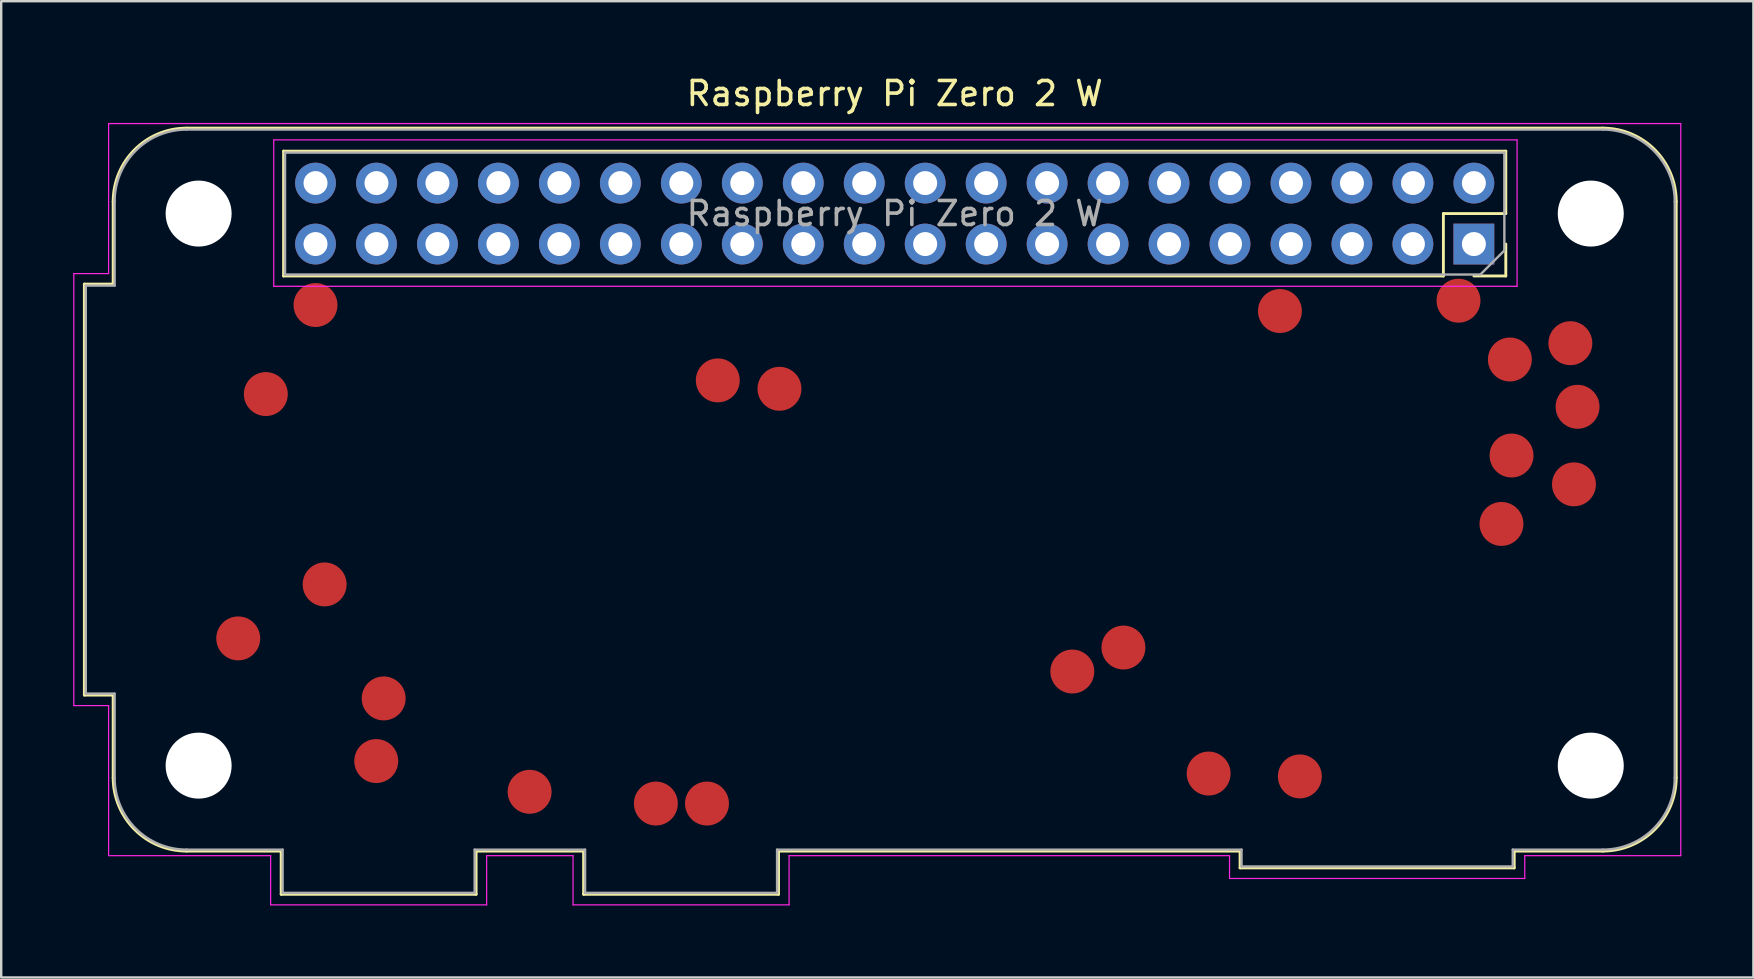
<source format=kicad_pcb>
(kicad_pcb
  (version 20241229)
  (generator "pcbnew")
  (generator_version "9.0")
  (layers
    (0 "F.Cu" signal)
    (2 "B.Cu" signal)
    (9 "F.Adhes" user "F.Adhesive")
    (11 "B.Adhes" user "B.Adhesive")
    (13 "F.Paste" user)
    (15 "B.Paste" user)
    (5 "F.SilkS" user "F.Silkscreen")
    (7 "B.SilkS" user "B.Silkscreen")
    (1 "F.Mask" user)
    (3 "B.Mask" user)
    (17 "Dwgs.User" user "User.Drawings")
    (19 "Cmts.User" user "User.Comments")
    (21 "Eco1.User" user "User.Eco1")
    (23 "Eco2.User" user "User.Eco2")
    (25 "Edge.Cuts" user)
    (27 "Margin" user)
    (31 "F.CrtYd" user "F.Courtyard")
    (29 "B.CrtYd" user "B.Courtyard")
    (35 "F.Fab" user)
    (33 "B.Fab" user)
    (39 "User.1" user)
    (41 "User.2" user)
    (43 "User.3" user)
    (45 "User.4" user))
  (footprint "Raspberry Pi Zero 2 W"
    (layer "F.Cu")
    (at 1.725 32.348)
    (property "Reference" "Raspberry Pi Zero 2 W" (at 32.5 -31.5 0) (layer "F.SilkS") (effects (font (size 1 1) (thickness 0.15))))
    (attr through_hole)
    (fp_line (start -1.26 -23.56) (end -1.26 -6.44) (stroke (width 0.12) (type solid)) (layer "F.SilkS"))
    (fp_line (start -1.26 -6.44) (end -0.06 -6.44) (stroke (width 0.12) (type solid)) (layer "F.SilkS"))
    (fp_line (start -0.06 -23.56) (end -1.26 -23.56) (stroke (width 0.12) (type solid)) (layer "F.SilkS"))
    (fp_line (start -0.06 -23.56) (end -0.06 -27) (stroke (width 0.12) (type solid)) (layer "F.SilkS"))
    (fp_line (start -0.06 -6.44) (end -0.06 -3) (stroke (width 0.12) (type solid)) (layer "F.SilkS"))
    (fp_line (start 3 -30.06) (end 62 -30.06) (stroke (width 0.12) (type solid)) (layer "F.SilkS"))
    (fp_line (start 3 0.06) (end 6.94 0.06) (stroke (width 0.12) (type solid)) (layer "F.SilkS"))
    (fp_line (start 6.94 0.06) (end 6.94 1.86) (stroke (width 0.12) (type solid)) (layer "F.SilkS"))
    (fp_line (start 6.94 1.86) (end 15.06 1.86) (stroke (width 0.12) (type solid)) (layer "F.SilkS"))
    (fp_line (start 7.04 -29.1) (end 7.04 -23.9) (stroke (width 0.12) (type solid)) (layer "F.SilkS"))
    (fp_line (start 15.06 0.06) (end 19.54 0.06) (stroke (width 0.12) (type solid)) (layer "F.SilkS"))
    (fp_line (start 15.06 1.86) (end 15.06 0.06) (stroke (width 0.12) (type solid)) (layer "F.SilkS"))
    (fp_line (start 19.54 0.06) (end 19.54 1.86) (stroke (width 0.12) (type solid)) (layer "F.SilkS"))
    (fp_line (start 19.54 1.86) (end 27.66 1.86) (stroke (width 0.12) (type solid)) (layer "F.SilkS"))
    (fp_line (start 27.66 0.06) (end 46.89 0.06) (stroke (width 0.12) (type solid)) (layer "F.SilkS"))
    (fp_line (start 27.66 1.86) (end 27.66 0.06) (stroke (width 0.12) (type solid)) (layer "F.SilkS"))
    (fp_line (start 46.89 0.06) (end 46.89 0.76) (stroke (width 0.12) (type solid)) (layer "F.SilkS"))
    (fp_line (start 46.89 0.76) (end 58.31 0.76) (stroke (width 0.12) (type solid)) (layer "F.SilkS"))
    (fp_line (start 55.36 -26.5) (end 55.36 -23.9) (stroke (width 0.12) (type solid)) (layer "F.SilkS"))
    (fp_line (start 55.36 -23.9) (end 7.04 -23.9) (stroke (width 0.12) (type solid)) (layer "F.SilkS"))
    (fp_line (start 57.96 -29.1) (end 7.04 -29.1) (stroke (width 0.12) (type solid)) (layer "F.SilkS"))
    (fp_line (start 57.96 -29.1) (end 57.96 -26.5) (stroke (width 0.12) (type solid)) (layer "F.SilkS"))
    (fp_line (start 57.96 -26.5) (end 55.36 -26.5) (stroke (width 0.12) (type solid)) (layer "F.SilkS"))
    (fp_line (start 57.96 -25.23) (end 57.96 -23.9) (stroke (width 0.12) (type solid)) (layer "F.SilkS"))
    (fp_line (start 57.96 -23.9) (end 56.63 -23.9) (stroke (width 0.12) (type solid)) (layer "F.SilkS"))
    (fp_line (start 58.31 0.06) (end 62 0.06) (stroke (width 0.12) (type solid)) (layer "F.SilkS"))
    (fp_line (start 58.31 0.76) (end 58.31 0.06) (stroke (width 0.12) (type solid)) (layer "F.SilkS"))
    (fp_line (start 65.06 -27) (end 65.06 -3) (stroke (width 0.12) (type solid)) (layer "F.SilkS"))
    (fp_arc (start -0.06 -27) (mid 0.836253 -29.163747) (end 3 -30.06) (stroke (width 0.12) (type solid)) (layer "F.SilkS"))
    (fp_arc (start 3 0.06) (mid 0.836253 -0.836253) (end -0.06 -3) (stroke (width 0.12) (type solid)) (layer "F.SilkS"))
    (fp_arc (start 62 -30.06) (mid 64.163747 -29.163747) (end 65.06 -27) (stroke (width 0.12) (type solid)) (layer "F.SilkS"))
    (fp_arc (start 65.06 -3) (mid 64.163747 -0.836253) (end 62 0.06) (stroke (width 0.12) (type solid)) (layer "F.SilkS"))
    (fp_line (start -1.7 -24) (end -0.25 -24) (stroke (width 0.05) (type solid)) (layer "F.CrtYd"))
    (fp_line (start -1.7 -6) (end -1.7 -24) (stroke (width 0.05) (type solid)) (layer "F.CrtYd"))
    (fp_line (start -1.7 -6) (end -0.25 -6) (stroke (width 0.05) (type solid)) (layer "F.CrtYd"))
    (fp_line (start -0.25 -30.25) (end -0.25 -24) (stroke (width 0.05) (type solid)) (layer "F.CrtYd"))
    (fp_line (start -0.25 -30.25) (end 65.25 -30.25) (stroke (width 0.05) (type solid)) (layer "F.CrtYd"))
    (fp_line (start -0.25 -6) (end -0.25 0.25) (stroke (width 0.05) (type solid)) (layer "F.CrtYd"))
    (fp_line (start 6.5 0.25) (end -0.25 0.25) (stroke (width 0.05) (type solid)) (layer "F.CrtYd"))
    (fp_line (start 6.5 2.3) (end 6.5 0.25) (stroke (width 0.05) (type solid)) (layer "F.CrtYd"))
    (fp_line (start 6.5 2.3) (end 15.5 2.3) (stroke (width 0.05) (type solid)) (layer "F.CrtYd"))
    (fp_line (start 6.63 -29.57) (end 58.43 -29.57) (stroke (width 0.05) (type solid)) (layer "F.CrtYd"))
    (fp_line (start 6.63 -23.47) (end 6.63 -29.57) (stroke (width 0.05) (type solid)) (layer "F.CrtYd"))
    (fp_line (start 15.5 2.3) (end 15.5 0.25) (stroke (width 0.05) (type solid)) (layer "F.CrtYd"))
    (fp_line (start 19.1 0.25) (end 15.5 0.25) (stroke (width 0.05) (type solid)) (layer "F.CrtYd"))
    (fp_line (start 19.1 2.3) (end 19.1 0.25) (stroke (width 0.05) (type solid)) (layer "F.CrtYd"))
    (fp_line (start 19.1 2.3) (end 28.1 2.3) (stroke (width 0.05) (type solid)) (layer "F.CrtYd"))
    (fp_line (start 28.1 0.25) (end 46.45 0.25) (stroke (width 0.05) (type solid)) (layer "F.CrtYd"))
    (fp_line (start 28.1 2.3) (end 28.1 0.25) (stroke (width 0.05) (type solid)) (layer "F.CrtYd"))
    (fp_line (start 46.45 1.2) (end 46.45 0.25) (stroke (width 0.05) (type solid)) (layer "F.CrtYd"))
    (fp_line (start 58.43 -29.57) (end 58.43 -23.47) (stroke (width 0.05) (type solid)) (layer "F.CrtYd"))
    (fp_line (start 58.43 -23.47) (end 6.63 -23.47) (stroke (width 0.05) (type solid)) (layer "F.CrtYd"))
    (fp_line (start 58.75 0.25) (end 65.25 0.25) (stroke (width 0.05) (type solid)) (layer "F.CrtYd"))
    (fp_line (start 58.75 1.2) (end 46.45 1.2) (stroke (width 0.05) (type solid)) (layer "F.CrtYd"))
    (fp_line (start 58.75 1.2) (end 58.75 0.25) (stroke (width 0.05) (type solid)) (layer "F.CrtYd"))
    (fp_line (start 65.25 -30.25) (end 65.25 0.25) (stroke (width 0.05) (type solid)) (layer "F.CrtYd"))
    (fp_line (start -1.2 -23.5) (end -1.2 -6.5) (stroke (width 0.1) (type solid)) (layer "F.Fab"))
    (fp_line (start 0 -27) (end 0 -23.5) (stroke (width 0.1) (type solid)) (layer "F.Fab"))
    (fp_line (start 0 -23.5) (end -1.2 -23.5) (stroke (width 0.1) (type solid)) (layer "F.Fab"))
    (fp_line (start 0 -6.5) (end -1.2 -6.5) (stroke (width 0.1) (type solid)) (layer "F.Fab"))
    (fp_line (start 0 -3) (end 0 -6.5) (stroke (width 0.1) (type solid)) (layer "F.Fab"))
    (fp_line (start 3 -30) (end 62 -30) (stroke (width 0.1) (type solid)) (layer "F.Fab"))
    (fp_line (start 7 0) (end 3 0) (stroke (width 0.1) (type solid)) (layer "F.Fab"))
    (fp_line (start 7 0) (end 7 1.8) (stroke (width 0.1) (type solid)) (layer "F.Fab"))
    (fp_line (start 7 1.8) (end 15 1.8) (stroke (width 0.1) (type solid)) (layer "F.Fab"))
    (fp_line (start 7.1 -29.04) (end 57.9 -29.04) (stroke (width 0.1) (type solid)) (layer "F.Fab"))
    (fp_line (start 7.1 -23.96) (end 7.1 -29.04) (stroke (width 0.1) (type solid)) (layer "F.Fab"))
    (fp_line (start 15 0) (end 19.6 0) (stroke (width 0.1) (type solid)) (layer "F.Fab"))
    (fp_line (start 15 1.8) (end 15 0) (stroke (width 0.1) (type solid)) (layer "F.Fab"))
    (fp_line (start 19.6 0) (end 19.6 1.8) (stroke (width 0.1) (type solid)) (layer "F.Fab"))
    (fp_line (start 19.6 1.8) (end 27.6 1.8) (stroke (width 0.1) (type solid)) (layer "F.Fab"))
    (fp_line (start 27.6 0) (end 46.95 0) (stroke (width 0.1) (type solid)) (layer "F.Fab"))
    (fp_line (start 27.6 1.8) (end 27.6 0) (stroke (width 0.1) (type solid)) (layer "F.Fab"))
    (fp_line (start 46.95 0) (end 46.95 0.7) (stroke (width 0.1) (type solid)) (layer "F.Fab"))
    (fp_line (start 46.95 0.7) (end 58.25 0.7) (stroke (width 0.1) (type solid)) (layer "F.Fab"))
    (fp_line (start 56.9 -23.96) (end 7.1 -23.96) (stroke (width 0.1) (type solid)) (layer "F.Fab"))
    (fp_line (start 57.9 -29.04) (end 57.9 -24.96) (stroke (width 0.1) (type solid)) (layer "F.Fab"))
    (fp_line (start 57.9 -24.96) (end 56.9 -23.96) (stroke (width 0.1) (type solid)) (layer "F.Fab"))
    (fp_line (start 58.25 0) (end 58.25 0.7) (stroke (width 0.1) (type solid)) (layer "F.Fab"))
    (fp_line (start 58.25 0) (end 62 0) (stroke (width 0.1) (type solid)) (layer "F.Fab"))
    (fp_line (start 65 -27) (end 65 -3) (stroke (width 0.1) (type solid)) (layer "F.Fab"))
    (fp_arc (start 0 -27) (mid 0.87868 -29.12132) (end 3 -30) (stroke (width 0.1) (type solid)) (layer "F.Fab"))
    (fp_arc (start 3 0) (mid 0.87868 -0.87868) (end 0 -3) (stroke (width 0.1) (type solid)) (layer "F.Fab"))
    (fp_arc (start 62 -30) (mid 64.12132 -29.12132) (end 65 -27) (stroke (width 0.1) (type solid)) (layer "F.Fab"))
    (fp_arc (start 65 -3) (mid 64.12132 -0.87868) (end 62 0) (stroke (width 0.1) (type solid)) (layer "F.Fab"))
    (fp_text user "${REFERENCE}" (at 32.5 -26.5 0) (layer "F.Fab") (effects (font (size 1 1) (thickness 0.15))))
    (pad "" np_thru_hole circle (at 3.5 -26.5) (size 2.75 2.75) (drill 2.75) (layers "*.Cu" "*.Mask"))
    (pad "" np_thru_hole circle (at 3.5 -3.5) (size 2.75 2.75) (drill 2.75) (layers "*.Cu" "*.Mask"))
    (pad "" np_thru_hole circle (at 61.5 -26.5) (size 2.75 2.75) (drill 2.75) (layers "*.Cu" "*.Mask"))
    (pad "" np_thru_hole circle (at 61.5 -3.5) (size 2.75 2.75) (drill 2.75) (layers "*.Cu" "*.Mask"))
    (pad "1" thru_hole rect (at 56.63 -25.23 270) (size 1.7 1.7) (drill 1) (layers "*.Cu" "*.Mask"))
    (pad "1V8" smd circle (at 42.03 -8.42) (size 1.83 1.83) (layers "F.Cu" "F.Mask" "F.Paste"))
    (pad "2" thru_hole oval (at 56.63 -27.77 270) (size 1.7 1.7) (drill 1) (layers "*.Cu" "*.Mask"))
    (pad "3" thru_hole oval (at 54.09 -25.23 270) (size 1.7 1.7) (drill 1) (layers "*.Cu" "*.Mask"))
    (pad "3V3" smd circle (at 48.55 -22.44) (size 1.83 1.83) (layers "F.Cu" "F.Mask" "F.Paste"))
    (pad "4" thru_hole oval (at 54.09 -27.77 270) (size 1.7 1.7) (drill 1) (layers "*.Cu" "*.Mask"))
    (pad "5" thru_hole oval (at 51.55 -25.23 270) (size 1.7 1.7) (drill 1) (layers "*.Cu" "*.Mask"))
    (pad "5V" smd circle (at 8.75 -11.05) (size 1.83 1.83) (layers "F.Cu" "F.Mask" "F.Paste"))
    (pad "5V" smd circle (at 11.21 -6.3) (size 1.83 1.83) (layers "F.Cu" "F.Mask" "F.Paste"))
    (pad "6" thru_hole oval (at 51.55 -27.77 270) (size 1.7 1.7) (drill 1) (layers "*.Cu" "*.Mask"))
    (pad "7" thru_hole oval (at 49.01 -25.23 270) (size 1.7 1.7) (drill 1) (layers "*.Cu" "*.Mask"))
    (pad "8" thru_hole oval (at 49.01 -27.77 270) (size 1.7 1.7) (drill 1) (layers "*.Cu" "*.Mask"))
    (pad "9" thru_hole oval (at 46.47 -25.23 270) (size 1.7 1.7) (drill 1) (layers "*.Cu" "*.Mask"))
    (pad "10" thru_hole oval (at 46.47 -27.77 270) (size 1.7 1.7) (drill 1) (layers "*.Cu" "*.Mask"))
    (pad "11" thru_hole oval (at 43.93 -25.23 270) (size 1.7 1.7) (drill 1) (layers "*.Cu" "*.Mask"))
    (pad "12" thru_hole oval (at 43.93 -27.77 270) (size 1.7 1.7) (drill 1) (layers "*.Cu" "*.Mask"))
    (pad "13" thru_hole oval (at 41.39 -25.23 270) (size 1.7 1.7) (drill 1) (layers "*.Cu" "*.Mask"))
    (pad "14" thru_hole oval (at 41.39 -27.77 270) (size 1.7 1.7) (drill 1) (layers "*.Cu" "*.Mask"))
    (pad "15" thru_hole oval (at 38.85 -25.23 270) (size 1.7 1.7) (drill 1) (layers "*.Cu" "*.Mask"))
    (pad "16" thru_hole oval (at 38.85 -27.77 270) (size 1.7 1.7) (drill 1) (layers "*.Cu" "*.Mask"))
    (pad "17" thru_hole oval (at 36.31 -25.23 270) (size 1.7 1.7) (drill 1) (layers "*.Cu" "*.Mask"))
    (pad "18" thru_hole oval (at 36.31 -27.77 270) (size 1.7 1.7) (drill 1) (layers "*.Cu" "*.Mask"))
    (pad "19" thru_hole oval (at 33.77 -25.23 270) (size 1.7 1.7) (drill 1) (layers "*.Cu" "*.Mask"))
    (pad "20" thru_hole oval (at 33.77 -27.77 270) (size 1.7 1.7) (drill 1) (layers "*.Cu" "*.Mask"))
    (pad "21" thru_hole oval (at 31.23 -25.23 270) (size 1.7 1.7) (drill 1) (layers "*.Cu" "*.Mask"))
    (pad "22" thru_hole oval (at 31.23 -27.77 270) (size 1.7 1.7) (drill 1) (layers "*.Cu" "*.Mask"))
    (pad "23" thru_hole oval (at 28.69 -25.23 270) (size 1.7 1.7) (drill 1) (layers "*.Cu" "*.Mask"))
    (pad "24" thru_hole oval (at 28.69 -27.77 270) (size 1.7 1.7) (drill 1) (layers "*.Cu" "*.Mask"))
    (pad "25" thru_hole oval (at 26.15 -25.23 270) (size 1.7 1.7) (drill 1) (layers "*.Cu" "*.Mask"))
    (pad "26" thru_hole oval (at 26.15 -27.77 270) (size 1.7 1.7) (drill 1) (layers "*.Cu" "*.Mask"))
    (pad "27" thru_hole oval (at 23.61 -25.23 270) (size 1.7 1.7) (drill 1) (layers "*.Cu" "*.Mask"))
    (pad "28" thru_hole oval (at 23.61 -27.77 270) (size 1.7 1.7) (drill 1) (layers "*.Cu" "*.Mask"))
    (pad "29" thru_hole oval (at 21.07 -25.23 270) (size 1.7 1.7) (drill 1) (layers "*.Cu" "*.Mask"))
    (pad "30" thru_hole oval (at 21.07 -27.77 270) (size 1.7 1.7) (drill 1) (layers "*.Cu" "*.Mask"))
    (pad "31" thru_hole oval (at 18.53 -25.23 270) (size 1.7 1.7) (drill 1) (layers "*.Cu" "*.Mask"))
    (pad "32" thru_hole oval (at 18.53 -27.77 270) (size 1.7 1.7) (drill 1) (layers "*.Cu" "*.Mask"))
    (pad "33" thru_hole oval (at 15.99 -25.23 270) (size 1.7 1.7) (drill 1) (layers "*.Cu" "*.Mask"))
    (pad "34" thru_hole oval (at 15.99 -27.77 270) (size 1.7 1.7) (drill 1) (layers "*.Cu" "*.Mask"))
    (pad "35" thru_hole oval (at 13.45 -25.23 270) (size 1.7 1.7) (drill 1) (layers "*.Cu" "*.Mask"))
    (pad "36" thru_hole oval (at 13.45 -27.77 270) (size 1.7 1.7) (drill 1) (layers "*.Cu" "*.Mask"))
    (pad "37" thru_hole oval (at 10.91 -25.23 270) (size 1.7 1.7) (drill 1) (layers "*.Cu" "*.Mask"))
    (pad "38" thru_hole oval (at 10.91 -27.77 270) (size 1.7 1.7) (drill 1) (layers "*.Cu" "*.Mask"))
    (pad "39" thru_hole oval (at 8.37 -25.23 270) (size 1.7 1.7) (drill 1) (layers "*.Cu" "*.Mask"))
    (pad "40" thru_hole oval (at 8.37 -27.77 270) (size 1.7 1.7) (drill 1) (layers "*.Cu" "*.Mask"))
    (pad "BT_ON" smd circle (at 25.13 -19.55) (size 1.83 1.83) (layers "F.Cu" "F.Mask" "F.Paste"))
    (pad "CORE" smd circle (at 6.3 -18.98) (size 1.83 1.83) (layers "F.Cu" "F.Mask" "F.Paste"))
    (pad "GND" smd circle (at 10.9 -3.69) (size 1.83 1.83) (layers "F.Cu" "F.Mask" "F.Paste"))
    (pad "GND" smd circle (at 17.29 -2.41) (size 1.83 1.83) (layers "F.Cu" "F.Mask" "F.Paste"))
    (pad "GND" smd circle (at 49.38 -3.05) (size 1.83 1.83) (layers "F.Cu" "F.Mask" "F.Paste"))
    (pad "GND" smd circle (at 55.99 -22.87) (size 1.83 1.83) (layers "F.Cu" "F.Mask" "F.Paste"))
    (pad "OTG" smd circle (at 39.9 -7.42) (size 1.83 1.83) (layers "F.Cu" "F.Mask" "F.Paste"))
    (pad "RUN" smd circle (at 8.37 -22.69) (size 1.83 1.83) (layers "F.Cu" "F.Mask" "F.Paste"))
    (pad "SD_CLK" smd circle (at 60.95 -18.45) (size 1.83 1.83) (layers "F.Cu" "F.Mask" "F.Paste"))
    (pad "SD_CMD" smd circle (at 58.2 -16.42) (size 1.83 1.83) (layers "F.Cu" "F.Mask" "F.Paste"))
    (pad "SD_DAT0" smd circle (at 58.13 -20.42) (size 1.83 1.83) (layers "F.Cu" "F.Mask" "F.Paste"))
    (pad "SD_DAT1" smd circle (at 60.65 -21.1) (size 1.83 1.83) (layers "F.Cu" "F.Mask" "F.Paste"))
    (pad "SD_DAT2" smd circle (at 57.78 -13.57) (size 1.83 1.83) (layers "F.Cu" "F.Mask" "F.Paste"))
    (pad "SD_DAT3" smd circle (at 60.8 -15.22) (size 1.83 1.83) (layers "F.Cu" "F.Mask" "F.Paste"))
    (pad "STATUS_LED" smd circle (at 5.15 -8.8) (size 1.83 1.83) (layers "F.Cu" "F.Mask" "F.Paste"))
    (pad "TV" smd circle (at 45.58 -3.17) (size 1.83 1.83) (layers "F.Cu" "F.Mask" "F.Paste"))
    (pad "USB_DM" smd circle (at 24.68 -1.92) (size 1.83 1.83) (layers "F.Cu" "F.Mask" "F.Paste"))
    (pad "USB_DP" smd circle (at 22.55 -1.92) (size 1.83 1.83) (layers "F.Cu" "F.Mask" "F.Paste"))
    (pad "WL_ON" smd circle (at 27.7 -19.2) (size 1.83 1.83) (layers "F.Cu" "F.Mask" "F.Paste")))
  (gr_rect
    (start -3 -3)
    (end 70 37.673)
    (stroke (width 0.1) (type default))
    (fill no)
    (layer "Edge.Cuts")))
</source>
